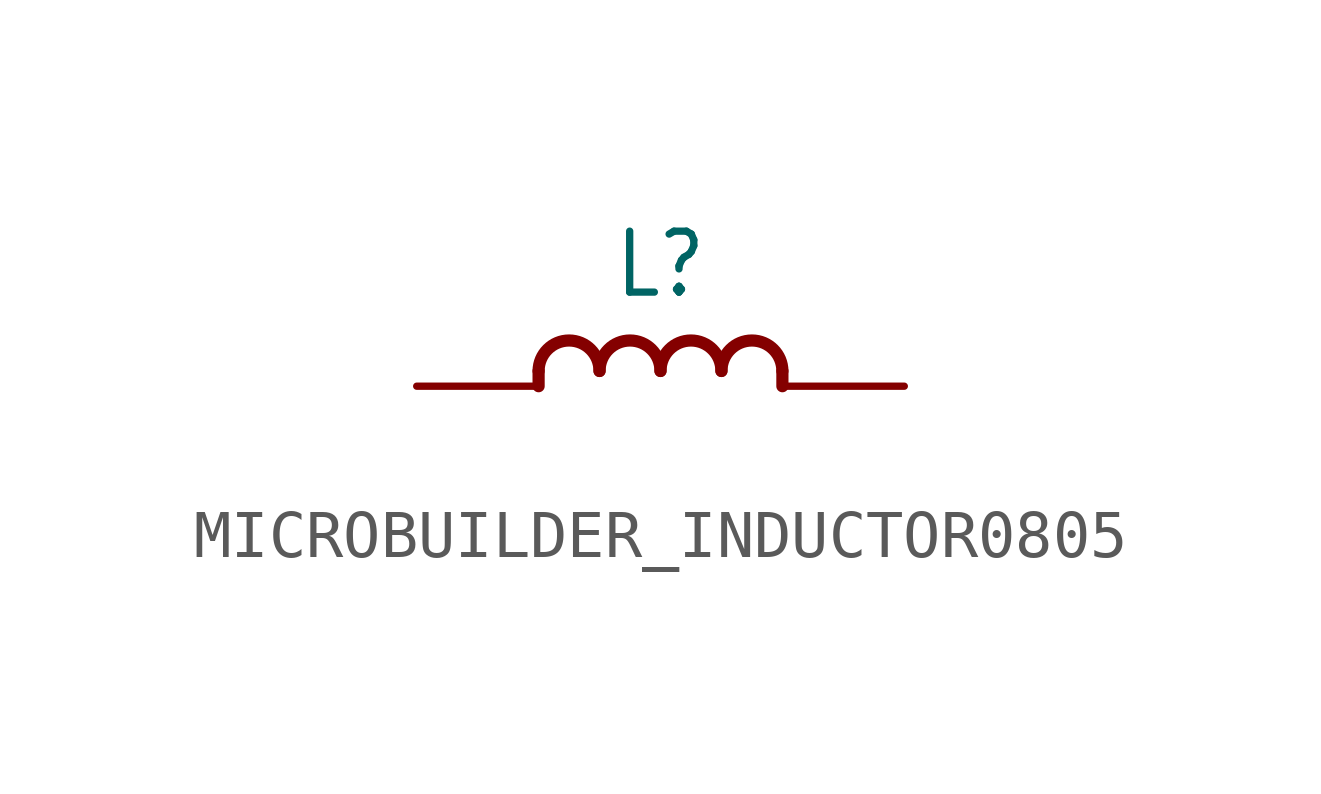
<source format=kicad_sym>
(kicad_symbol_lib
  (version 20220914)
  (generator kicad_symbol_editor)
  (symbol "MICROBUILDER_INDUCTOR0805"
    (property "Reference" "L"
      (at 0 2.54 0)
      (effects (font (size 1.27 1.079))))
    (property "Value" ""
      (at 0 -1.54 0)
      (effects (font (size 1.27 1.079))))
    (property "ki_locked" ""
      (at 0 0 0)
      (effects (font (size 1.27 1.27))))
    (symbol "MICROBUILDER_INDUCTOR0805_1_0"
      (arc (start -1.27 0.3173) (mid -1.9049 0.9497) (end -2.54 0.3175) (stroke (width 0.254) (type solid)) (fill (type none)))
      (polyline (pts (xy -2.54 0.318) (xy -2.54 0)) (stroke (width 0.254) (type solid)) (fill (type none)))
      (polyline (pts (xy 2.54 0.318) (xy 2.54 0)) (stroke (width 0.254) (type solid)) (fill (type none)))
      (arc (start 0 0.3173) (mid -0.6349 0.9497) (end -1.27 0.3175) (stroke (width 0.254) (type solid)) (fill (type none)))
      (arc (start 1.27 0.3173) (mid 0.6351 0.9497) (end 0 0.3175) (stroke (width 0.254) (type solid)) (fill (type none)))
      (arc (start 2.54 0.3173) (mid 1.9051 0.9497) (end 1.27 0.3175) (stroke (width 0.254) (type solid)) (fill (type none)))
      (pin passive line (at -5.08 0 0) (length 2.54) (name "1" (effects (font (size 0 0)))) (number "1" (effects (font (size 0 0)))))
      (pin passive line (at 5.08 0 180) (length 2.54) (name "2" (effects (font (size 0 0)))) (number "2" (effects (font (size 0 0))))))))
</source>
